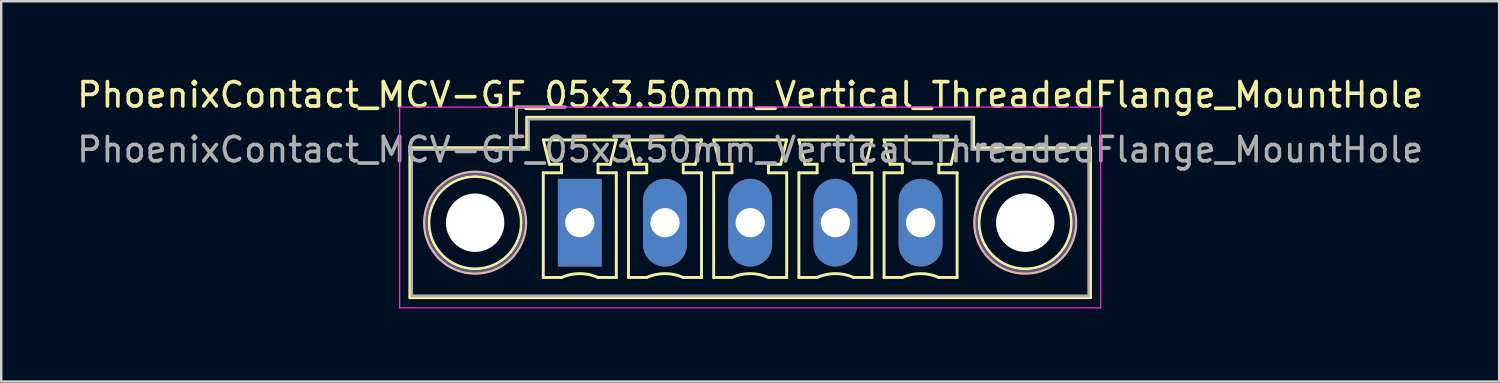
<source format=kicad_pcb>
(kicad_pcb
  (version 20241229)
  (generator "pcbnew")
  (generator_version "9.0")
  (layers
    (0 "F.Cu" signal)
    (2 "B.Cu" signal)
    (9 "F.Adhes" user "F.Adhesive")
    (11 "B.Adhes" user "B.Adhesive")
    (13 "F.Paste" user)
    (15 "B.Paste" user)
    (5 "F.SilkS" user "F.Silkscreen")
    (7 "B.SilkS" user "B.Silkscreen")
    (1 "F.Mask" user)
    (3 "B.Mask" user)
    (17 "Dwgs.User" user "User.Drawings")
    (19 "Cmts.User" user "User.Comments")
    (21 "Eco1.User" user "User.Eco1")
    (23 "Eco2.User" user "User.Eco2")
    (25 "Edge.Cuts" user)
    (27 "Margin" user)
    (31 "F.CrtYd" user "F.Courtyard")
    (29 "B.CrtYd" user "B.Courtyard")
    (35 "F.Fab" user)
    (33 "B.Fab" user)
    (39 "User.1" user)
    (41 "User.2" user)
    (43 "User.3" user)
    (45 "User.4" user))
  (footprint "PhoenixContact_MCV-GF_05x3.50mm_Vertical_ThreadedFlange_MountHole"
    (layer "F.Cu")
    (at 20.768 6.098)
    (property "Reference" "PhoenixContact_MCV-GF_05x3.50mm_Vertical_ThreadedFlange_MountHole" (at 7 -5.25 0) (layer "F.SilkS") (effects (font (size 1 1) (thickness 0.15))))
    (attr through_hole)
    (fp_line (start -6.98 -3.08) (end -6.98 3.08) (stroke (width 0.12) (type solid)) (layer "F.SilkS"))
    (fp_line (start -6.98 3.08) (end 20.98 3.08) (stroke (width 0.12) (type solid)) (layer "F.SilkS"))
    (fp_line (start -2.6 -4.75) (end -0.6 -4.75) (stroke (width 0.12) (type solid)) (layer "F.SilkS"))
    (fp_line (start -2.6 -3.5) (end -2.6 -4.75) (stroke (width 0.12) (type solid)) (layer "F.SilkS"))
    (fp_line (start -2.18 -4.33) (end -2.18 -3.08) (stroke (width 0.12) (type solid)) (layer "F.SilkS"))
    (fp_line (start -2.18 -3.08) (end -6.98 -3.08) (stroke (width 0.12) (type solid)) (layer "F.SilkS"))
    (fp_line (start -1.5 -3.4) (end 1.5 -3.4) (stroke (width 0.12) (type solid)) (layer "F.SilkS"))
    (fp_line (start -1.5 -2.05) (end -0.75 -2.05) (stroke (width 0.12) (type solid)) (layer "F.SilkS"))
    (fp_line (start -1.5 2.25) (end -1.5 -2.05) (stroke (width 0.12) (type solid)) (layer "F.SilkS"))
    (fp_line (start -1.25 -2.4) (end -1.5 -3.4) (stroke (width 0.12) (type solid)) (layer "F.SilkS"))
    (fp_line (start -0.75 -2.4) (end -1.25 -2.4) (stroke (width 0.12) (type solid)) (layer "F.SilkS"))
    (fp_line (start -0.75 -2.05) (end -0.75 -2.4) (stroke (width 0.12) (type solid)) (layer "F.SilkS"))
    (fp_line (start -0.75 2.25) (end -1.5 2.25) (stroke (width 0.12) (type solid)) (layer "F.SilkS"))
    (fp_line (start 0.75 -2.4) (end 0.75 -2.05) (stroke (width 0.12) (type solid)) (layer "F.SilkS"))
    (fp_line (start 0.75 -2.05) (end 1.5 -2.05) (stroke (width 0.12) (type solid)) (layer "F.SilkS"))
    (fp_line (start 1.25 -2.4) (end 0.75 -2.4) (stroke (width 0.12) (type solid)) (layer "F.SilkS"))
    (fp_line (start 1.5 -3.4) (end 1.25 -2.4) (stroke (width 0.12) (type solid)) (layer "F.SilkS"))
    (fp_line (start 1.5 -2.05) (end 1.5 2.25) (stroke (width 0.12) (type solid)) (layer "F.SilkS"))
    (fp_line (start 1.5 2.25) (end 0.75 2.25) (stroke (width 0.12) (type solid)) (layer "F.SilkS"))
    (fp_line (start 2 -3.4) (end 5 -3.4) (stroke (width 0.12) (type solid)) (layer "F.SilkS"))
    (fp_line (start 2 -2.05) (end 2.75 -2.05) (stroke (width 0.12) (type solid)) (layer "F.SilkS"))
    (fp_line (start 2 2.25) (end 2 -2.05) (stroke (width 0.12) (type solid)) (layer "F.SilkS"))
    (fp_line (start 2.25 -2.4) (end 2 -3.4) (stroke (width 0.12) (type solid)) (layer "F.SilkS"))
    (fp_line (start 2.75 -2.4) (end 2.25 -2.4) (stroke (width 0.12) (type solid)) (layer "F.SilkS"))
    (fp_line (start 2.75 -2.05) (end 2.75 -2.4) (stroke (width 0.12) (type solid)) (layer "F.SilkS"))
    (fp_line (start 2.75 2.25) (end 2 2.25) (stroke (width 0.12) (type solid)) (layer "F.SilkS"))
    (fp_line (start 4.25 -2.4) (end 4.25 -2.05) (stroke (width 0.12) (type solid)) (layer "F.SilkS"))
    (fp_line (start 4.25 -2.05) (end 5 -2.05) (stroke (width 0.12) (type solid)) (layer "F.SilkS"))
    (fp_line (start 4.75 -2.4) (end 4.25 -2.4) (stroke (width 0.12) (type solid)) (layer "F.SilkS"))
    (fp_line (start 5 -3.4) (end 4.75 -2.4) (stroke (width 0.12) (type solid)) (layer "F.SilkS"))
    (fp_line (start 5 -2.05) (end 5 2.25) (stroke (width 0.12) (type solid)) (layer "F.SilkS"))
    (fp_line (start 5 2.25) (end 4.25 2.25) (stroke (width 0.12) (type solid)) (layer "F.SilkS"))
    (fp_line (start 5.5 -3.4) (end 8.5 -3.4) (stroke (width 0.12) (type solid)) (layer "F.SilkS"))
    (fp_line (start 5.5 -2.05) (end 6.25 -2.05) (stroke (width 0.12) (type solid)) (layer "F.SilkS"))
    (fp_line (start 5.5 2.25) (end 5.5 -2.05) (stroke (width 0.12) (type solid)) (layer "F.SilkS"))
    (fp_line (start 5.75 -2.4) (end 5.5 -3.4) (stroke (width 0.12) (type solid)) (layer "F.SilkS"))
    (fp_line (start 6.25 -2.4) (end 5.75 -2.4) (stroke (width 0.12) (type solid)) (layer "F.SilkS"))
    (fp_line (start 6.25 -2.05) (end 6.25 -2.4) (stroke (width 0.12) (type solid)) (layer "F.SilkS"))
    (fp_line (start 6.25 2.25) (end 5.5 2.25) (stroke (width 0.12) (type solid)) (layer "F.SilkS"))
    (fp_line (start 7.75 -2.4) (end 7.75 -2.05) (stroke (width 0.12) (type solid)) (layer "F.SilkS"))
    (fp_line (start 7.75 -2.05) (end 8.5 -2.05) (stroke (width 0.12) (type solid)) (layer "F.SilkS"))
    (fp_line (start 8.25 -2.4) (end 7.75 -2.4) (stroke (width 0.12) (type solid)) (layer "F.SilkS"))
    (fp_line (start 8.5 -3.4) (end 8.25 -2.4) (stroke (width 0.12) (type solid)) (layer "F.SilkS"))
    (fp_line (start 8.5 -2.05) (end 8.5 2.25) (stroke (width 0.12) (type solid)) (layer "F.SilkS"))
    (fp_line (start 8.5 2.25) (end 7.75 2.25) (stroke (width 0.12) (type solid)) (layer "F.SilkS"))
    (fp_line (start 9 -3.4) (end 12 -3.4) (stroke (width 0.12) (type solid)) (layer "F.SilkS"))
    (fp_line (start 9 -2.05) (end 9.75 -2.05) (stroke (width 0.12) (type solid)) (layer "F.SilkS"))
    (fp_line (start 9 2.25) (end 9 -2.05) (stroke (width 0.12) (type solid)) (layer "F.SilkS"))
    (fp_line (start 9.25 -2.4) (end 9 -3.4) (stroke (width 0.12) (type solid)) (layer "F.SilkS"))
    (fp_line (start 9.75 -2.4) (end 9.25 -2.4) (stroke (width 0.12) (type solid)) (layer "F.SilkS"))
    (fp_line (start 9.75 -2.05) (end 9.75 -2.4) (stroke (width 0.12) (type solid)) (layer "F.SilkS"))
    (fp_line (start 9.75 2.25) (end 9 2.25) (stroke (width 0.12) (type solid)) (layer "F.SilkS"))
    (fp_line (start 11.25 -2.4) (end 11.25 -2.05) (stroke (width 0.12) (type solid)) (layer "F.SilkS"))
    (fp_line (start 11.25 -2.05) (end 12 -2.05) (stroke (width 0.12) (type solid)) (layer "F.SilkS"))
    (fp_line (start 11.75 -2.4) (end 11.25 -2.4) (stroke (width 0.12) (type solid)) (layer "F.SilkS"))
    (fp_line (start 12 -3.4) (end 11.75 -2.4) (stroke (width 0.12) (type solid)) (layer "F.SilkS"))
    (fp_line (start 12 -2.05) (end 12 2.25) (stroke (width 0.12) (type solid)) (layer "F.SilkS"))
    (fp_line (start 12 2.25) (end 11.25 2.25) (stroke (width 0.12) (type solid)) (layer "F.SilkS"))
    (fp_line (start 12.5 -3.4) (end 15.5 -3.4) (stroke (width 0.12) (type solid)) (layer "F.SilkS"))
    (fp_line (start 12.5 -2.05) (end 13.25 -2.05) (stroke (width 0.12) (type solid)) (layer "F.SilkS"))
    (fp_line (start 12.5 2.25) (end 12.5 -2.05) (stroke (width 0.12) (type solid)) (layer "F.SilkS"))
    (fp_line (start 12.75 -2.4) (end 12.5 -3.4) (stroke (width 0.12) (type solid)) (layer "F.SilkS"))
    (fp_line (start 13.25 -2.4) (end 12.75 -2.4) (stroke (width 0.12) (type solid)) (layer "F.SilkS"))
    (fp_line (start 13.25 -2.05) (end 13.25 -2.4) (stroke (width 0.12) (type solid)) (layer "F.SilkS"))
    (fp_line (start 13.25 2.25) (end 12.5 2.25) (stroke (width 0.12) (type solid)) (layer "F.SilkS"))
    (fp_line (start 14.75 -2.4) (end 14.75 -2.05) (stroke (width 0.12) (type solid)) (layer "F.SilkS"))
    (fp_line (start 14.75 -2.05) (end 15.5 -2.05) (stroke (width 0.12) (type solid)) (layer "F.SilkS"))
    (fp_line (start 15.25 -2.4) (end 14.75 -2.4) (stroke (width 0.12) (type solid)) (layer "F.SilkS"))
    (fp_line (start 15.5 -3.4) (end 15.25 -2.4) (stroke (width 0.12) (type solid)) (layer "F.SilkS"))
    (fp_line (start 15.5 -2.05) (end 15.5 2.25) (stroke (width 0.12) (type solid)) (layer "F.SilkS"))
    (fp_line (start 15.5 2.25) (end 14.75 2.25) (stroke (width 0.12) (type solid)) (layer "F.SilkS"))
    (fp_line (start 16.18 -4.33) (end -2.18 -4.33) (stroke (width 0.12) (type solid)) (layer "F.SilkS"))
    (fp_line (start 16.18 -3.08) (end 16.18 -4.33) (stroke (width 0.12) (type solid)) (layer "F.SilkS"))
    (fp_line (start 20.98 -3.08) (end 16.18 -3.08) (stroke (width 0.12) (type solid)) (layer "F.SilkS"))
    (fp_line (start 20.98 3.08) (end 20.98 -3.08) (stroke (width 0.12) (type solid)) (layer "F.SilkS"))
    (fp_arc (start -0.75 2.25) (mid -0.000193 2.09191) (end 0.749647 2.249844) (stroke (width 0.12) (type solid)) (layer "F.SilkS"))
    (fp_arc (start 2.75 2.25) (mid 3.499807 2.09191) (end 4.249647 2.249844) (stroke (width 0.12) (type solid)) (layer "F.SilkS"))
    (fp_arc (start 6.25 2.25) (mid 6.999807 2.09191) (end 7.749647 2.249844) (stroke (width 0.12) (type solid)) (layer "F.SilkS"))
    (fp_arc (start 9.75 2.25) (mid 10.499807 2.09191) (end 11.249647 2.249844) (stroke (width 0.12) (type solid)) (layer "F.SilkS"))
    (fp_arc (start 13.25 2.25) (mid 13.999807 2.09191) (end 14.749647 2.249844) (stroke (width 0.12) (type solid)) (layer "F.SilkS"))
    (fp_circle (center -4.3 0) (end -2.4 0) (stroke (width 0.12) (type solid)) (fill no) (layer "F.SilkS"))
    (fp_circle (center 18.3 0) (end 20.2 0) (stroke (width 0.12) (type solid)) (fill no) (layer "F.SilkS"))
    (fp_circle (center -4.3 0) (end -2.22 0) (stroke (width 0.12) (type solid)) (fill no) (layer "B.SilkS"))
    (fp_circle (center 18.3 0) (end 20.38 0) (stroke (width 0.12) (type solid)) (fill no) (layer "B.SilkS"))
    (fp_line (start -7.4 -4.75) (end -7.4 3.5) (stroke (width 0.05) (type solid)) (layer "F.CrtYd"))
    (fp_line (start -7.4 3.5) (end 21.4 3.5) (stroke (width 0.05) (type solid)) (layer "F.CrtYd"))
    (fp_line (start 21.4 -4.75) (end -7.4 -4.75) (stroke (width 0.05) (type solid)) (layer "F.CrtYd"))
    (fp_line (start 21.4 3.5) (end 21.4 -4.75) (stroke (width 0.05) (type solid)) (layer "F.CrtYd"))
    (fp_circle (center -4.3 0) (end -2.3 0) (stroke (width 0.1) (type solid)) (fill no) (layer "B.Fab"))
    (fp_circle (center 18.3 0) (end 20.3 0) (stroke (width 0.1) (type solid)) (fill no) (layer "B.Fab"))
    (fp_line (start -6.9 -3) (end -6.9 3) (stroke (width 0.1) (type solid)) (layer "F.Fab"))
    (fp_line (start -6.9 3) (end 20.9 3) (stroke (width 0.1) (type solid)) (layer "F.Fab"))
    (fp_line (start -2.6 -4.75) (end -0.6 -4.75) (stroke (width 0.1) (type solid)) (layer "F.Fab"))
    (fp_line (start -2.6 -3.5) (end -2.6 -4.75) (stroke (width 0.1) (type solid)) (layer "F.Fab"))
    (fp_line (start -2.1 -4.25) (end -2.1 -3) (stroke (width 0.1) (type solid)) (layer "F.Fab"))
    (fp_line (start -2.1 -3) (end -6.9 -3) (stroke (width 0.1) (type solid)) (layer "F.Fab"))
    (fp_line (start 16.1 -4.25) (end -2.1 -4.25) (stroke (width 0.1) (type solid)) (layer "F.Fab"))
    (fp_line (start 16.1 -3) (end 16.1 -4.25) (stroke (width 0.1) (type solid)) (layer "F.Fab"))
    (fp_line (start 20.9 -3) (end 16.1 -3) (stroke (width 0.1) (type solid)) (layer "F.Fab"))
    (fp_line (start 20.9 3) (end 20.9 -3) (stroke (width 0.1) (type solid)) (layer "F.Fab"))
    (fp_text user "${REFERENCE}" (at 7 -3 0) (layer "F.Fab") (effects (font (size 1 1) (thickness 0.15))))
    (pad "" np_thru_hole circle (at -4.3 0) (size 2.4 2.4) (drill 2.4) (layers "*.Cu" "*.Mask"))
    (pad "" np_thru_hole circle (at 18.3 0) (size 2.4 2.4) (drill 2.4) (layers "*.Cu" "*.Mask"))
    (pad "1" thru_hole rect (at 0 0) (size 1.8 3.6) (drill 1.2) (layers "*.Cu" "*.Mask"))
    (pad "2" thru_hole oval (at 3.5 0) (size 1.8 3.6) (drill 1.2) (layers "*.Cu" "*.Mask"))
    (pad "3" thru_hole oval (at 7 0) (size 1.8 3.6) (drill 1.2) (layers "*.Cu" "*.Mask"))
    (pad "4" thru_hole oval (at 10.5 0) (size 1.8 3.6) (drill 1.2) (layers "*.Cu" "*.Mask"))
    (pad "5" thru_hole oval (at 14 0) (size 1.8 3.6) (drill 1.2) (layers "*.Cu" "*.Mask")))
  (gr_rect
    (start -3 -3)
    (end 58.536 12.623)
    (stroke (width 0.1) (type default))
    (fill no)
    (layer "Edge.Cuts")))
</source>
